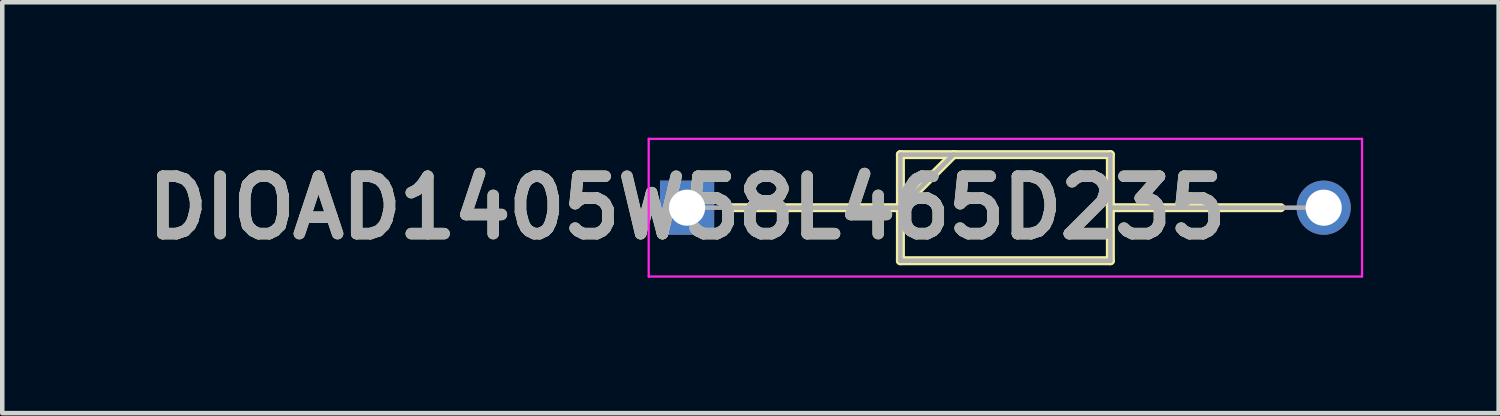
<source format=kicad_pcb>
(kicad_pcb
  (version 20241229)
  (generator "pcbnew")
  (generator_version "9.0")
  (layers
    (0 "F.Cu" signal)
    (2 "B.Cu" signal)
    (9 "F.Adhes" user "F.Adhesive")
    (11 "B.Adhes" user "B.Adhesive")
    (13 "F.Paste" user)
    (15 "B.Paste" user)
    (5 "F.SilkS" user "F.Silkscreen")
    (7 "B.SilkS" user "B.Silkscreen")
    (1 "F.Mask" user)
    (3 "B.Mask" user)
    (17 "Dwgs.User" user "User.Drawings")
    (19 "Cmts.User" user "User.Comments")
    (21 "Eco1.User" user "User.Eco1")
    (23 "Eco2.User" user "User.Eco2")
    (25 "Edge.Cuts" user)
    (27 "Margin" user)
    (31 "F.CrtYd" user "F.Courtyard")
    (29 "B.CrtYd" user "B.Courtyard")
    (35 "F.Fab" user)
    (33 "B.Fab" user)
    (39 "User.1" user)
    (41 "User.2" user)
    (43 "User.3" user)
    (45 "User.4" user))
  (footprint "DIOAD1405W58L465D235"
    (layer "F.Cu")
    (at 12.168 1.55)
    (property "Reference" "DIOAD1405W58L465D235" (at 0 0 0) (layer "F.SilkS") (effects (font (size 1.27 1.27) (thickness 0.254))))
    (attr through_hole)
    (fp_line (start 0.95 0) (end 4.725 0) (stroke (width 0.2) (type solid)) (layer "F.SilkS"))
    (fp_line (start 4.725 -1.175) (end 9.375 -1.175) (stroke (width 0.2) (type solid)) (layer "F.SilkS"))
    (fp_line (start 4.725 0) (end 5.9 -1.175) (stroke (width 0.2) (type solid)) (layer "F.SilkS"))
    (fp_line (start 4.725 1.175) (end 4.725 -1.175) (stroke (width 0.2) (type solid)) (layer "F.SilkS"))
    (fp_line (start 9.375 -1.175) (end 9.375 1.175) (stroke (width 0.2) (type solid)) (layer "F.SilkS"))
    (fp_line (start 9.375 0) (end 13.15 0) (stroke (width 0.2) (type solid)) (layer "F.SilkS"))
    (fp_line (start 9.375 1.175) (end 4.725 1.175) (stroke (width 0.2) (type solid)) (layer "F.SilkS"))
    (fp_line (start -0.85 -1.525) (end 14.95 -1.525) (stroke (width 0.05) (type solid)) (layer "F.CrtYd"))
    (fp_line (start -0.85 1.525) (end -0.85 -1.525) (stroke (width 0.05) (type solid)) (layer "F.CrtYd"))
    (fp_line (start 14.95 -1.525) (end 14.95 1.525) (stroke (width 0.05) (type solid)) (layer "F.CrtYd"))
    (fp_line (start 14.95 1.525) (end -0.85 1.525) (stroke (width 0.05) (type solid)) (layer "F.CrtYd"))
    (fp_line (start 0 0) (end 4.725 0) (stroke (width 0.1) (type solid)) (layer "F.Fab"))
    (fp_line (start 4.725 -1.175) (end 9.375 -1.175) (stroke (width 0.1) (type solid)) (layer "F.Fab"))
    (fp_line (start 4.725 0) (end 5.9 -1.175) (stroke (width 0.1) (type solid)) (layer "F.Fab"))
    (fp_line (start 4.725 1.175) (end 4.725 -1.175) (stroke (width 0.1) (type solid)) (layer "F.Fab"))
    (fp_line (start 9.375 -1.175) (end 9.375 1.175) (stroke (width 0.1) (type solid)) (layer "F.Fab"))
    (fp_line (start 9.375 0) (end 14.1 0) (stroke (width 0.1) (type solid)) (layer "F.Fab"))
    (fp_line (start 9.375 1.175) (end 4.725 1.175) (stroke (width 0.1) (type solid)) (layer "F.Fab"))
    (fp_text user "${REFERENCE}" (at 0 0 0) (layer "F.Fab") (effects (font (size 1.27 1.27) (thickness 0.254))))
    (pad "1" thru_hole rect (at 0 0) (size 1.2 1.2) (drill 0.8) (layers "*.Cu" "*.Mask"))
    (pad "2" thru_hole circle (at 14.1 0) (size 1.2 1.2) (drill 0.8) (layers "*.Cu" "*.Mask")))
  (gr_rect
    (start -3 -3)
    (end 30.143 6.1)
    (stroke (width 0.1) (type default))
    (fill no)
    (layer "Edge.Cuts")))
</source>
